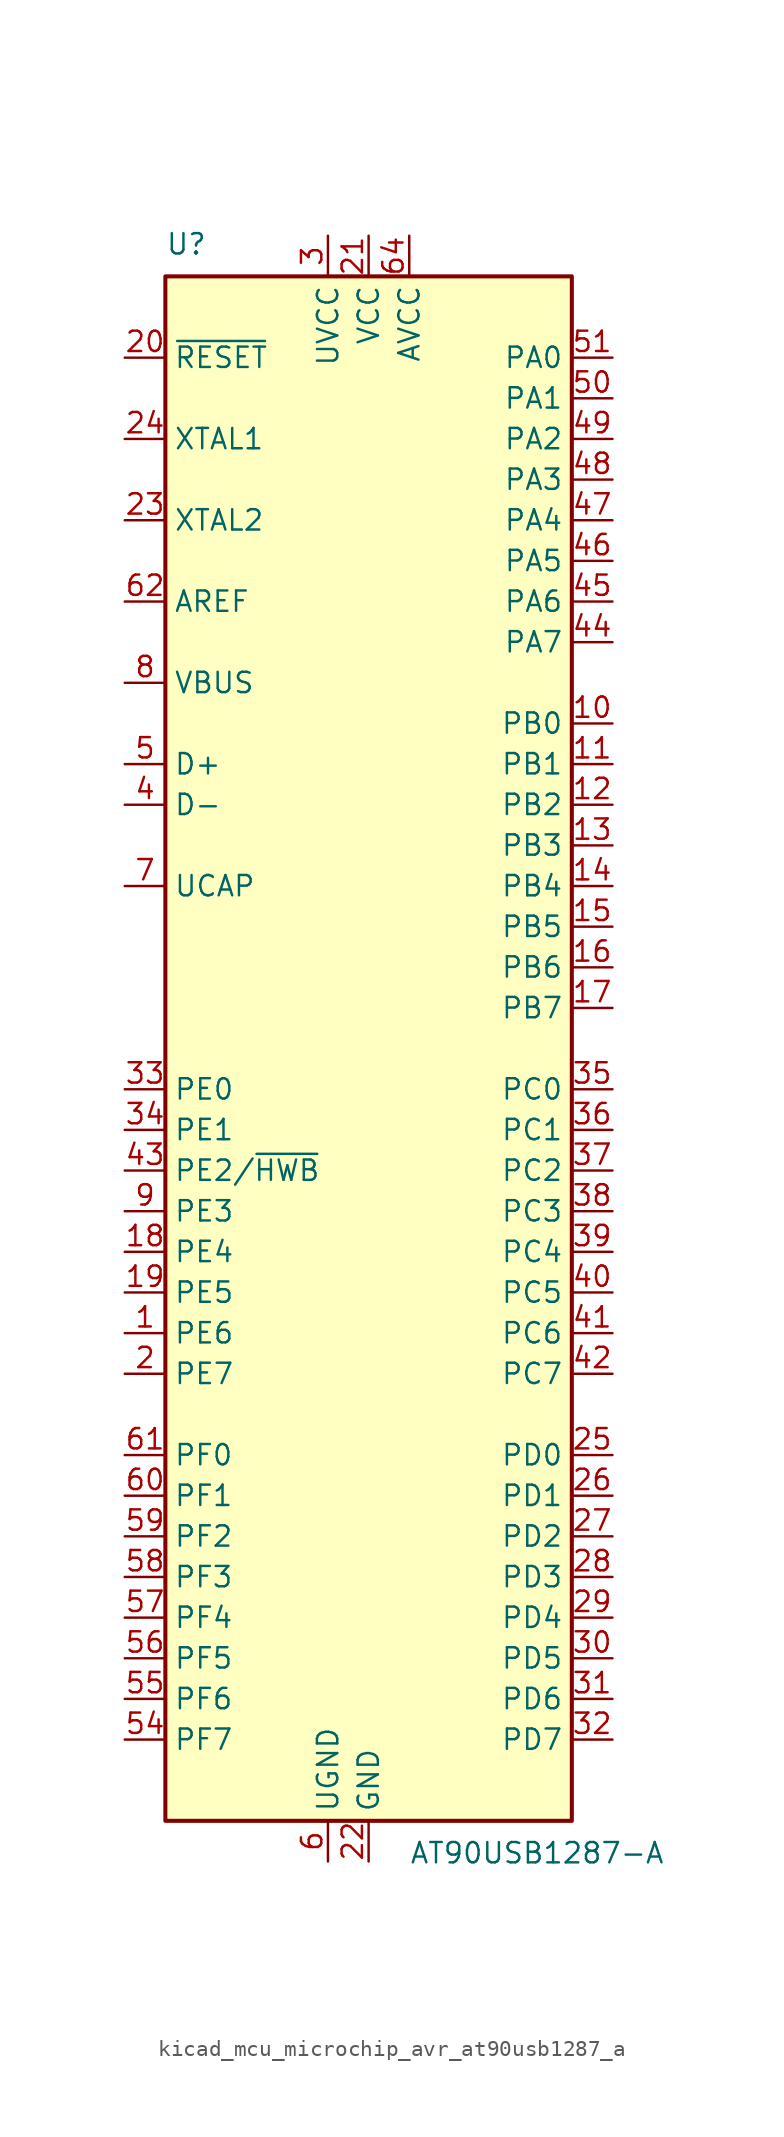
<source format=kicad_sym>
(kicad_symbol_lib
  (version 20220914)
  (generator kicad_symbol_editor)
  (symbol "kicad_mcu_microchip_avr_at90usb1287_a"
    (property "Reference" "U"
      (at -12.7 49.53 0)
      (effects (font (size 1.27 1.27)) (justify left bottom)))
    (property "Value" "AT90USB1287-A"
      (at 2.54 -49.53 0)
      (effects (font (size 1.27 1.27)) (justify left top)))
    (symbol "kicad_mcu_microchip_avr_at90usb1287_a_0_1"
      (rectangle (start -12.7 -48.26) (end 12.7 48.26) (stroke (width 0.254) (type default)) (fill (type background))))
    (symbol "kicad_mcu_microchip_avr_at90usb1287_a_1_1"
      (pin bidirectional line (at -15.24 -17.78 0) (length 2.54) (name "PE6" (effects (font (size 1.27 1.27)))) (number "1" (effects (font (size 1.27 1.27)))))
      (pin bidirectional line (at 15.24 20.32 180) (length 2.54) (name "PB0" (effects (font (size 1.27 1.27)))) (number "10" (effects (font (size 1.27 1.27)))))
      (pin bidirectional line (at 15.24 17.78 180) (length 2.54) (name "PB1" (effects (font (size 1.27 1.27)))) (number "11" (effects (font (size 1.27 1.27)))))
      (pin bidirectional line (at 15.24 15.24 180) (length 2.54) (name "PB2" (effects (font (size 1.27 1.27)))) (number "12" (effects (font (size 1.27 1.27)))))
      (pin bidirectional line (at 15.24 12.7 180) (length 2.54) (name "PB3" (effects (font (size 1.27 1.27)))) (number "13" (effects (font (size 1.27 1.27)))))
      (pin bidirectional line (at 15.24 10.16 180) (length 2.54) (name "PB4" (effects (font (size 1.27 1.27)))) (number "14" (effects (font (size 1.27 1.27)))))
      (pin bidirectional line (at 15.24 7.62 180) (length 2.54) (name "PB5" (effects (font (size 1.27 1.27)))) (number "15" (effects (font (size 1.27 1.27)))))
      (pin bidirectional line (at 15.24 5.08 180) (length 2.54) (name "PB6" (effects (font (size 1.27 1.27)))) (number "16" (effects (font (size 1.27 1.27)))))
      (pin bidirectional line (at 15.24 2.54 180) (length 2.54) (name "PB7" (effects (font (size 1.27 1.27)))) (number "17" (effects (font (size 1.27 1.27)))))
      (pin bidirectional line (at -15.24 -12.7 0) (length 2.54) (name "PE4" (effects (font (size 1.27 1.27)))) (number "18" (effects (font (size 1.27 1.27)))))
      (pin bidirectional line (at -15.24 -15.24 0) (length 2.54) (name "PE5" (effects (font (size 1.27 1.27)))) (number "19" (effects (font (size 1.27 1.27)))))
      (pin bidirectional line (at -15.24 -20.32 0) (length 2.54) (name "PE7" (effects (font (size 1.27 1.27)))) (number "2" (effects (font (size 1.27 1.27)))))
      (pin input line (at -15.24 43.18 0) (length 2.54) (name "~{RESET}" (effects (font (size 1.27 1.27)))) (number "20" (effects (font (size 1.27 1.27)))))
      (pin power_in line (at 0 50.8 270) (length 2.54) (name "VCC" (effects (font (size 1.27 1.27)))) (number "21" (effects (font (size 1.27 1.27)))))
      (pin power_in line (at 0 -50.8 90) (length 2.54) (name "GND" (effects (font (size 1.27 1.27)))) (number "22" (effects (font (size 1.27 1.27)))))
      (pin output line (at -15.24 33.02 0) (length 2.54) (name "XTAL2" (effects (font (size 1.27 1.27)))) (number "23" (effects (font (size 1.27 1.27)))))
      (pin input line (at -15.24 38.1 0) (length 2.54) (name "XTAL1" (effects (font (size 1.27 1.27)))) (number "24" (effects (font (size 1.27 1.27)))))
      (pin bidirectional line (at 15.24 -25.4 180) (length 2.54) (name "PD0" (effects (font (size 1.27 1.27)))) (number "25" (effects (font (size 1.27 1.27)))))
      (pin bidirectional line (at 15.24 -27.94 180) (length 2.54) (name "PD1" (effects (font (size 1.27 1.27)))) (number "26" (effects (font (size 1.27 1.27)))))
      (pin bidirectional line (at 15.24 -30.48 180) (length 2.54) (name "PD2" (effects (font (size 1.27 1.27)))) (number "27" (effects (font (size 1.27 1.27)))))
      (pin bidirectional line (at 15.24 -33.02 180) (length 2.54) (name "PD3" (effects (font (size 1.27 1.27)))) (number "28" (effects (font (size 1.27 1.27)))))
      (pin bidirectional line (at 15.24 -35.56 180) (length 2.54) (name "PD4" (effects (font (size 1.27 1.27)))) (number "29" (effects (font (size 1.27 1.27)))))
      (pin power_in line (at -2.54 50.8 270) (length 2.54) (name "UVCC" (effects (font (size 1.27 1.27)))) (number "3" (effects (font (size 1.27 1.27)))))
      (pin bidirectional line (at 15.24 -38.1 180) (length 2.54) (name "PD5" (effects (font (size 1.27 1.27)))) (number "30" (effects (font (size 1.27 1.27)))))
      (pin bidirectional line (at 15.24 -40.64 180) (length 2.54) (name "PD6" (effects (font (size 1.27 1.27)))) (number "31" (effects (font (size 1.27 1.27)))))
      (pin bidirectional line (at 15.24 -43.18 180) (length 2.54) (name "PD7" (effects (font (size 1.27 1.27)))) (number "32" (effects (font (size 1.27 1.27)))))
      (pin bidirectional line (at -15.24 -2.54 0) (length 2.54) (name "PE0" (effects (font (size 1.27 1.27)))) (number "33" (effects (font (size 1.27 1.27)))))
      (pin bidirectional line (at -15.24 -5.08 0) (length 2.54) (name "PE1" (effects (font (size 1.27 1.27)))) (number "34" (effects (font (size 1.27 1.27)))))
      (pin bidirectional line (at 15.24 -2.54 180) (length 2.54) (name "PC0" (effects (font (size 1.27 1.27)))) (number "35" (effects (font (size 1.27 1.27)))))
      (pin bidirectional line (at 15.24 -5.08 180) (length 2.54) (name "PC1" (effects (font (size 1.27 1.27)))) (number "36" (effects (font (size 1.27 1.27)))))
      (pin bidirectional line (at 15.24 -7.62 180) (length 2.54) (name "PC2" (effects (font (size 1.27 1.27)))) (number "37" (effects (font (size 1.27 1.27)))))
      (pin bidirectional line (at 15.24 -10.16 180) (length 2.54) (name "PC3" (effects (font (size 1.27 1.27)))) (number "38" (effects (font (size 1.27 1.27)))))
      (pin bidirectional line (at 15.24 -12.7 180) (length 2.54) (name "PC4" (effects (font (size 1.27 1.27)))) (number "39" (effects (font (size 1.27 1.27)))))
      (pin bidirectional line (at -15.24 15.24 0) (length 2.54) (name "D-" (effects (font (size 1.27 1.27)))) (number "4" (effects (font (size 1.27 1.27)))))
      (pin bidirectional line (at 15.24 -15.24 180) (length 2.54) (name "PC5" (effects (font (size 1.27 1.27)))) (number "40" (effects (font (size 1.27 1.27)))))
      (pin bidirectional line (at 15.24 -17.78 180) (length 2.54) (name "PC6" (effects (font (size 1.27 1.27)))) (number "41" (effects (font (size 1.27 1.27)))))
      (pin bidirectional line (at 15.24 -20.32 180) (length 2.54) (name "PC7" (effects (font (size 1.27 1.27)))) (number "42" (effects (font (size 1.27 1.27)))))
      (pin bidirectional line (at -15.24 -7.62 0) (length 2.54) (name "PE2/~{HWB}" (effects (font (size 1.27 1.27)))) (number "43" (effects (font (size 1.27 1.27)))))
      (pin bidirectional line (at 15.24 25.4 180) (length 2.54) (name "PA7" (effects (font (size 1.27 1.27)))) (number "44" (effects (font (size 1.27 1.27)))))
      (pin bidirectional line (at 15.24 27.94 180) (length 2.54) (name "PA6" (effects (font (size 1.27 1.27)))) (number "45" (effects (font (size 1.27 1.27)))))
      (pin bidirectional line (at 15.24 30.48 180) (length 2.54) (name "PA5" (effects (font (size 1.27 1.27)))) (number "46" (effects (font (size 1.27 1.27)))))
      (pin bidirectional line (at 15.24 33.02 180) (length 2.54) (name "PA4" (effects (font (size 1.27 1.27)))) (number "47" (effects (font (size 1.27 1.27)))))
      (pin bidirectional line (at 15.24 35.56 180) (length 2.54) (name "PA3" (effects (font (size 1.27 1.27)))) (number "48" (effects (font (size 1.27 1.27)))))
      (pin bidirectional line (at 15.24 38.1 180) (length 2.54) (name "PA2" (effects (font (size 1.27 1.27)))) (number "49" (effects (font (size 1.27 1.27)))))
      (pin bidirectional line (at -15.24 17.78 0) (length 2.54) (name "D+" (effects (font (size 1.27 1.27)))) (number "5" (effects (font (size 1.27 1.27)))))
      (pin bidirectional line (at 15.24 40.64 180) (length 2.54) (name "PA1" (effects (font (size 1.27 1.27)))) (number "50" (effects (font (size 1.27 1.27)))))
      (pin bidirectional line (at 15.24 43.18 180) (length 2.54) (name "PA0" (effects (font (size 1.27 1.27)))) (number "51" (effects (font (size 1.27 1.27)))))
      (pin passive line (at 0 50.8 270) (length 2.54) hide (name "VCC" (effects (font (size 1.27 1.27)))) (number "52" (effects (font (size 1.27 1.27)))))
      (pin passive line (at 0 -50.8 90) (length 2.54) hide (name "GND" (effects (font (size 1.27 1.27)))) (number "53" (effects (font (size 1.27 1.27)))))
      (pin bidirectional line (at -15.24 -43.18 0) (length 2.54) (name "PF7" (effects (font (size 1.27 1.27)))) (number "54" (effects (font (size 1.27 1.27)))))
      (pin bidirectional line (at -15.24 -40.64 0) (length 2.54) (name "PF6" (effects (font (size 1.27 1.27)))) (number "55" (effects (font (size 1.27 1.27)))))
      (pin bidirectional line (at -15.24 -38.1 0) (length 2.54) (name "PF5" (effects (font (size 1.27 1.27)))) (number "56" (effects (font (size 1.27 1.27)))))
      (pin bidirectional line (at -15.24 -35.56 0) (length 2.54) (name "PF4" (effects (font (size 1.27 1.27)))) (number "57" (effects (font (size 1.27 1.27)))))
      (pin bidirectional line (at -15.24 -33.02 0) (length 2.54) (name "PF3" (effects (font (size 1.27 1.27)))) (number "58" (effects (font (size 1.27 1.27)))))
      (pin bidirectional line (at -15.24 -30.48 0) (length 2.54) (name "PF2" (effects (font (size 1.27 1.27)))) (number "59" (effects (font (size 1.27 1.27)))))
      (pin power_in line (at -2.54 -50.8 90) (length 2.54) (name "UGND" (effects (font (size 1.27 1.27)))) (number "6" (effects (font (size 1.27 1.27)))))
      (pin bidirectional line (at -15.24 -27.94 0) (length 2.54) (name "PF1" (effects (font (size 1.27 1.27)))) (number "60" (effects (font (size 1.27 1.27)))))
      (pin bidirectional line (at -15.24 -25.4 0) (length 2.54) (name "PF0" (effects (font (size 1.27 1.27)))) (number "61" (effects (font (size 1.27 1.27)))))
      (pin passive line (at -15.24 27.94 0) (length 2.54) (name "AREF" (effects (font (size 1.27 1.27)))) (number "62" (effects (font (size 1.27 1.27)))))
      (pin passive line (at 0 -50.8 90) (length 2.54) hide (name "GND" (effects (font (size 1.27 1.27)))) (number "63" (effects (font (size 1.27 1.27)))))
      (pin power_in line (at 2.54 50.8 270) (length 2.54) (name "AVCC" (effects (font (size 1.27 1.27)))) (number "64" (effects (font (size 1.27 1.27)))))
      (pin passive line (at -15.24 10.16 0) (length 2.54) (name "UCAP" (effects (font (size 1.27 1.27)))) (number "7" (effects (font (size 1.27 1.27)))))
      (pin input line (at -15.24 22.86 0) (length 2.54) (name "VBUS" (effects (font (size 1.27 1.27)))) (number "8" (effects (font (size 1.27 1.27)))))
      (pin bidirectional line (at -15.24 -10.16 0) (length 2.54) (name "PE3" (effects (font (size 1.27 1.27)))) (number "9" (effects (font (size 1.27 1.27))))))))
</source>
